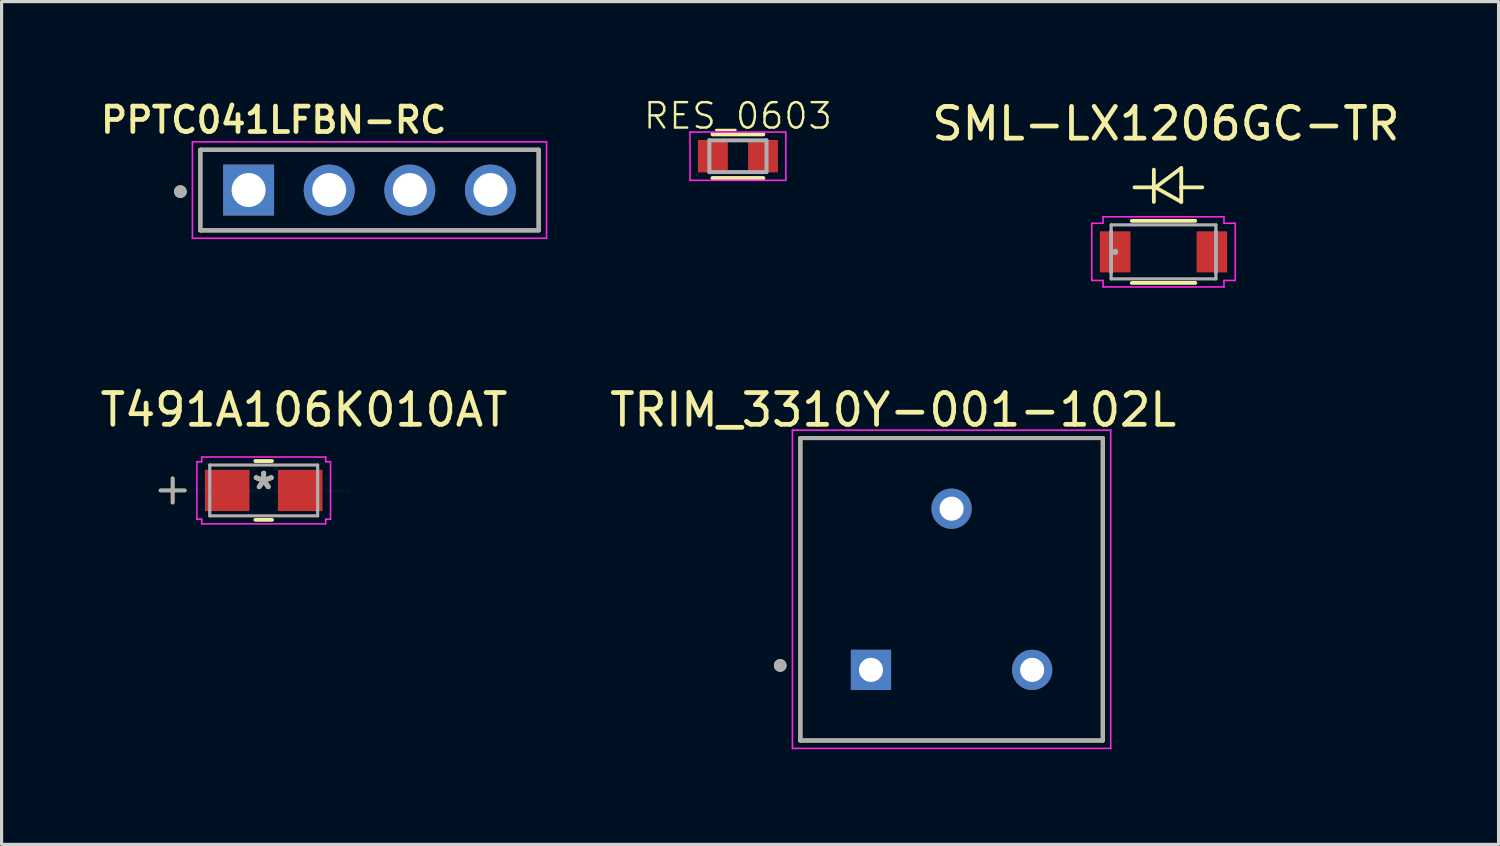
<source format=kicad_pcb>
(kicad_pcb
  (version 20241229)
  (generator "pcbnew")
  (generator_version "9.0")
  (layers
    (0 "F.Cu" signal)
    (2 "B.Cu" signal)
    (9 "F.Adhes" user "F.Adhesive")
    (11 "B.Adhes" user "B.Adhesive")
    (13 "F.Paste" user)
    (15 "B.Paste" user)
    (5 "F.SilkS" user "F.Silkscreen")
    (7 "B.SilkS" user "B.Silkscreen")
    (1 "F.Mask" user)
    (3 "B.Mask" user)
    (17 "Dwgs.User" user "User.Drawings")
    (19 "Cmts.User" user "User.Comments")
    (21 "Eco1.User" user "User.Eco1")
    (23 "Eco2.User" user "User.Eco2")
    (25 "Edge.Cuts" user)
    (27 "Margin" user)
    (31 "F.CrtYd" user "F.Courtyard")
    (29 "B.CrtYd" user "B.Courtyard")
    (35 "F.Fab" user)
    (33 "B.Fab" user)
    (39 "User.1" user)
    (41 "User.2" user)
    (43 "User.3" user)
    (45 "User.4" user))
  (footprint "PPTC041LFBN-RC"
    (layer "F.Cu")
    (at 8.594 2.939)
    (property "Reference" "PPTC041LFBN-RC" (at -3.02 -2.208 0) (layer "F.SilkS") (effects (font (size 0.8 0.8) (thickness 0.15))))
    (attr through_hole)
    (fp_line (start -5.33 -1.27) (end -5.33 1.27) (stroke (width 0.127) (type solid)) (layer "F.SilkS"))
    (fp_line (start -5.33 1.27) (end 5.33 1.27) (stroke (width 0.127) (type solid)) (layer "F.SilkS"))
    (fp_line (start 5.33 -1.27) (end -5.33 -1.27) (stroke (width 0.127) (type solid)) (layer "F.SilkS"))
    (fp_line (start 5.33 1.27) (end 5.33 -1.27) (stroke (width 0.127) (type solid)) (layer "F.SilkS"))
    (fp_circle (center -5.96 0.05) (end -5.86 0.05) (stroke (width 0.2) (type solid)) (fill no) (layer "F.SilkS"))
    (fp_line (start -5.58 -1.52) (end -5.58 1.52) (stroke (width 0.05) (type solid)) (layer "F.CrtYd"))
    (fp_line (start -5.58 1.52) (end 5.58 1.52) (stroke (width 0.05) (type solid)) (layer "F.CrtYd"))
    (fp_line (start 5.58 -1.52) (end -5.58 -1.52) (stroke (width 0.05) (type solid)) (layer "F.CrtYd"))
    (fp_line (start 5.58 1.52) (end 5.58 -1.52) (stroke (width 0.05) (type solid)) (layer "F.CrtYd"))
    (fp_line (start -5.33 -1.27) (end -5.33 1.27) (stroke (width 0.127) (type solid)) (layer "F.Fab"))
    (fp_line (start -5.33 1.27) (end 5.33 1.27) (stroke (width 0.127) (type solid)) (layer "F.Fab"))
    (fp_line (start 5.33 -1.27) (end -5.33 -1.27) (stroke (width 0.127) (type solid)) (layer "F.Fab"))
    (fp_line (start 5.33 1.27) (end 5.33 -1.27) (stroke (width 0.127) (type solid)) (layer "F.Fab"))
    (fp_circle (center -5.96 0.05) (end -5.86 0.05) (stroke (width 0.2) (type solid)) (fill no) (layer "F.Fab"))
    (pad "1" thru_hole rect (at -3.81 0) (size 1.605 1.605) (drill 1.07) (layers "*.Cu" "*.Mask"))
    (pad "2" thru_hole circle (at -1.27 0) (size 1.605 1.605) (drill 1.07) (layers "*.Cu" "*.Mask"))
    (pad "3" thru_hole circle (at 1.27 0) (size 1.605 1.605) (drill 1.07) (layers "*.Cu" "*.Mask"))
    (pad "4" thru_hole circle (at 3.81 0) (size 1.605 1.605) (drill 1.07) (layers "*.Cu" "*.Mask")))
  (footprint "RES_0603"
    (layer "F.Cu")
    (at 20.204 1.872)
    (property "Reference" "RES_0603" (at 0 -1.27 0) (layer "F.SilkS") (effects (font (size 0.8 0.8) (thickness 0.076))))
    (attr through_hole)
    (fp_line (start -0.8 -0.69) (end 0.8 -0.69) (stroke (width 0.127) (type solid)) (layer "F.SilkS"))
    (fp_line (start -0.8 0.69) (end 0.8 0.69) (stroke (width 0.127) (type solid)) (layer "F.SilkS"))
    (fp_line (start -1.51 -0.76) (end 1.51 -0.76) (stroke (width 0.05) (type solid)) (layer "F.CrtYd"))
    (fp_line (start -1.51 0.76) (end -1.51 -0.76) (stroke (width 0.05) (type solid)) (layer "F.CrtYd"))
    (fp_line (start 1.51 -0.76) (end 1.51 0.76) (stroke (width 0.05) (type solid)) (layer "F.CrtYd"))
    (fp_line (start 1.51 0.76) (end -1.51 0.76) (stroke (width 0.05) (type solid)) (layer "F.CrtYd"))
    (fp_line (start -0.9 -0.5) (end -0.9 0.5) (stroke (width 0.127) (type solid)) (layer "F.Fab"))
    (fp_line (start -0.9 -0.5) (end 0.9 -0.5) (stroke (width 0.127) (type solid)) (layer "F.Fab"))
    (fp_line (start -0.9 0.5) (end 0.9 0.5) (stroke (width 0.127) (type solid)) (layer "F.Fab"))
    (fp_line (start 0.9 -0.5) (end 0.9 0.5) (stroke (width 0.127) (type solid)) (layer "F.Fab"))
    (pad "1" smd rect (at -0.79 0) (size 0.94 1.02) (layers "F.Cu" "F.Mask" "F.Paste"))
    (pad "2" smd rect (at 0.79 0) (size 0.94 1.02) (layers "F.Cu" "F.Mask" "F.Paste")))
  (footprint "T491A106K010AT"
    (layer "F.Cu")
    (at 5.26 12.405)
    (property "Reference" "T491A106K010AT" (at 1.27 -2.54 0) (layer "F.SilkS") (effects (font (size 1 1) (thickness 0.15))))
    (attr through_hole)
    (fp_line (start -2.87 -0.381) (end -2.87 0.381) (stroke (width 0.12) (type solid)) (layer "F.SilkS"))
    (fp_line (start -2.489 0) (end -3.251 0) (stroke (width 0.12) (type solid)) (layer "F.SilkS"))
    (fp_line (start -0.263 0.927) (end 0.263 0.927) (stroke (width 0.12) (type solid)) (layer "F.SilkS"))
    (fp_line (start 0.263 -0.927) (end -0.263 -0.927) (stroke (width 0.12) (type solid)) (layer "F.SilkS"))
    (fp_line (start -2.106 -0.904) (end -1.954 -0.904) (stroke (width 0.05) (type solid)) (layer "F.CrtYd"))
    (fp_line (start -2.106 0.904) (end -2.106 -0.904) (stroke (width 0.05) (type solid)) (layer "F.CrtYd"))
    (fp_line (start -1.954 -1.054) (end 1.954 -1.054) (stroke (width 0.05) (type solid)) (layer "F.CrtYd"))
    (fp_line (start -1.954 -0.904) (end -1.954 -1.054) (stroke (width 0.05) (type solid)) (layer "F.CrtYd"))
    (fp_line (start -1.954 0.904) (end -2.106 0.904) (stroke (width 0.05) (type solid)) (layer "F.CrtYd"))
    (fp_line (start -1.954 1.054) (end -1.954 0.904) (stroke (width 0.05) (type solid)) (layer "F.CrtYd"))
    (fp_line (start 1.954 -1.054) (end 1.954 -0.904) (stroke (width 0.05) (type solid)) (layer "F.CrtYd"))
    (fp_line (start 1.954 -0.904) (end 2.106 -0.904) (stroke (width 0.05) (type solid)) (layer "F.CrtYd"))
    (fp_line (start 1.954 0.904) (end 1.954 1.054) (stroke (width 0.05) (type solid)) (layer "F.CrtYd"))
    (fp_line (start 1.954 1.054) (end -1.954 1.054) (stroke (width 0.05) (type solid)) (layer "F.CrtYd"))
    (fp_line (start 2.106 -0.904) (end 2.106 0.904) (stroke (width 0.05) (type solid)) (layer "F.CrtYd"))
    (fp_line (start 2.106 0.904) (end 1.954 0.904) (stroke (width 0.05) (type solid)) (layer "F.CrtYd"))
    (fp_line (start -2.87 -0.381) (end -2.87 0.381) (stroke (width 0.1) (type solid)) (layer "F.Fab"))
    (fp_line (start -2.489 0) (end -3.251 0) (stroke (width 0.1) (type solid)) (layer "F.Fab"))
    (fp_line (start -1.7 -0.8) (end -1.7 0.8) (stroke (width 0.1) (type solid)) (layer "F.Fab"))
    (fp_line (start -1.7 0.8) (end 1.7 0.8) (stroke (width 0.1) (type solid)) (layer "F.Fab"))
    (fp_line (start 1.7 -0.8) (end -1.7 -0.8) (stroke (width 0.1) (type solid)) (layer "F.Fab"))
    (fp_line (start 1.7 0.8) (end 1.7 -0.8) (stroke (width 0.1) (type solid)) (layer "F.Fab"))
    (fp_text user "*" (at 0 0 0) (layer "F.SilkS") (effects (font (size 1 1) (thickness 0.15))))
    (fp_text user "Copyright 2021 Accelerated Designs. All rights reserved." (at 0 0 0) (layer "Cmts.User") (effects (font (size 0.127 0.127) (thickness 0.002))))
    (fp_text user "*" (at 0 0 0) (layer "F.Fab") (effects (font (size 1 1) (thickness 0.15))))
    (pad "1" smd rect (at -1.15 0 90) (size 1.3 1.405) (layers "F.Cu" "F.Mask" "F.Paste"))
    (pad "2" smd rect (at 1.15 0 90) (size 1.3 1.405) (layers "F.Cu" "F.Mask" "F.Paste")))
  (footprint "TRIM_3310Y-001-102L"
    (layer "F.Cu")
    (at 26.937 15.52)
    (property "Reference" "TRIM_3310Y-001-102L" (at -1.841 -5.654 0) (layer "F.SilkS") (effects (font (size 1.001 1.001) (thickness 0.15))))
    (attr through_hole)
    (fp_line (start -4.765 -4.765) (end -4.765 4.765) (stroke (width 0.127) (type solid)) (layer "F.SilkS"))
    (fp_line (start -4.765 4.765) (end 4.765 4.765) (stroke (width 0.127) (type solid)) (layer "F.SilkS"))
    (fp_line (start 4.765 -4.765) (end -4.765 -4.765) (stroke (width 0.127) (type solid)) (layer "F.SilkS"))
    (fp_line (start 4.765 4.765) (end 4.765 -4.765) (stroke (width 0.127) (type solid)) (layer "F.SilkS"))
    (fp_circle (center -5.4 2.4) (end -5.3 2.4) (stroke (width 0.2) (type solid)) (fill no) (layer "F.SilkS"))
    (fp_line (start -5.015 -5.015) (end 5.015 -5.015) (stroke (width 0.05) (type solid)) (layer "F.CrtYd"))
    (fp_line (start -5.015 5.015) (end -5.015 -5.015) (stroke (width 0.05) (type solid)) (layer "F.CrtYd"))
    (fp_line (start 5.015 -5.015) (end 5.015 5.015) (stroke (width 0.05) (type solid)) (layer "F.CrtYd"))
    (fp_line (start 5.015 5.015) (end -5.015 5.015) (stroke (width 0.05) (type solid)) (layer "F.CrtYd"))
    (fp_line (start -4.765 -4.765) (end 4.765 -4.765) (stroke (width 0.127) (type solid)) (layer "F.Fab"))
    (fp_line (start -4.765 4.765) (end -4.765 -4.765) (stroke (width 0.127) (type solid)) (layer "F.Fab"))
    (fp_line (start 4.765 -4.765) (end 4.765 4.765) (stroke (width 0.127) (type solid)) (layer "F.Fab"))
    (fp_line (start 4.765 4.765) (end -4.765 4.765) (stroke (width 0.127) (type solid)) (layer "F.Fab"))
    (fp_circle (center -5.4 2.4) (end -5.3 2.4) (stroke (width 0.2) (type solid)) (fill no) (layer "F.Fab"))
    (pad "1" thru_hole rect (at -2.54 2.54) (size 1.268 1.268) (drill 0.76) (layers "*.Cu" "*.Mask"))
    (pad "2" thru_hole circle (at 0 -2.54) (size 1.268 1.268) (drill 0.76) (layers "*.Cu" "*.Mask"))
    (pad "3" thru_hole circle (at 2.54 2.54) (size 1.268 1.268) (drill 0.76) (layers "*.Cu" "*.Mask")))
  (footprint "SML-LX1206GC-TR"
    (layer "F.Cu")
    (at 33.616 4.887)
    (property "Reference" "SML-LX1206GC-TR" (at 0.076 -4.039 0) (layer "F.SilkS") (effects (font (size 1 1) (thickness 0.15))))
    (attr through_hole)
    (fp_line (start -1 0.978) (end 1 0.978) (stroke (width 0.12) (type solid)) (layer "F.SilkS"))
    (fp_line (start -0.305 -2.591) (end -0.305 -1.575) (stroke (width 0.12) (type solid)) (layer "F.SilkS"))
    (fp_line (start -0.254 -2.032) (end -0.914 -2.032) (stroke (width 0.12) (type solid)) (layer "F.SilkS"))
    (fp_line (start 0.559 -2.642) (end -0.254 -2.032) (stroke (width 0.12) (type solid)) (layer "F.SilkS"))
    (fp_line (start 0.559 -2.032) (end 0.559 -2.642) (stroke (width 0.12) (type solid)) (layer "F.SilkS"))
    (fp_line (start 0.559 -2.032) (end 0.559 -1.575) (stroke (width 0.12) (type solid)) (layer "F.SilkS"))
    (fp_line (start 0.559 -1.575) (end -0.254 -2.032) (stroke (width 0.12) (type solid)) (layer "F.SilkS"))
    (fp_line (start 1 -0.978) (end -1 -0.978) (stroke (width 0.12) (type solid)) (layer "F.SilkS"))
    (fp_line (start 1.219 -2.032) (end 0.559 -2.032) (stroke (width 0.12) (type solid)) (layer "F.SilkS"))
    (fp_line (start -2.261 -0.902) (end -1.905 -0.902) (stroke (width 0.05) (type solid)) (layer "F.CrtYd"))
    (fp_line (start -2.261 0.902) (end -2.261 -0.902) (stroke (width 0.05) (type solid)) (layer "F.CrtYd"))
    (fp_line (start -1.905 -1.105) (end 1.905 -1.105) (stroke (width 0.05) (type solid)) (layer "F.CrtYd"))
    (fp_line (start -1.905 -0.902) (end -1.905 -1.105) (stroke (width 0.05) (type solid)) (layer "F.CrtYd"))
    (fp_line (start -1.905 0.902) (end -2.261 0.902) (stroke (width 0.05) (type solid)) (layer "F.CrtYd"))
    (fp_line (start -1.905 1.105) (end -1.905 0.902) (stroke (width 0.05) (type solid)) (layer "F.CrtYd"))
    (fp_line (start 1.905 -1.105) (end 1.905 -0.902) (stroke (width 0.05) (type solid)) (layer "F.CrtYd"))
    (fp_line (start 1.905 -0.902) (end 2.261 -0.902) (stroke (width 0.05) (type solid)) (layer "F.CrtYd"))
    (fp_line (start 1.905 0.902) (end 1.905 1.105) (stroke (width 0.05) (type solid)) (layer "F.CrtYd"))
    (fp_line (start 1.905 1.105) (end -1.905 1.105) (stroke (width 0.05) (type solid)) (layer "F.CrtYd"))
    (fp_line (start 2.261 -0.902) (end 2.261 0.902) (stroke (width 0.05) (type solid)) (layer "F.CrtYd"))
    (fp_line (start 2.261 0.902) (end 1.905 0.902) (stroke (width 0.05) (type solid)) (layer "F.CrtYd"))
    (fp_line (start -1.651 -0.851) (end -1.651 0.851) (stroke (width 0.1) (type solid)) (layer "F.Fab"))
    (fp_line (start -1.651 -0.648) (end -1.651 -0.648) (stroke (width 0.1) (type solid)) (layer "F.Fab"))
    (fp_line (start -1.651 -0.648) (end -1.651 0.648) (stroke (width 0.1) (type solid)) (layer "F.Fab"))
    (fp_line (start -1.651 0.648) (end -1.651 -0.648) (stroke (width 0.1) (type solid)) (layer "F.Fab"))
    (fp_line (start -1.651 0.648) (end -1.651 0.648) (stroke (width 0.1) (type solid)) (layer "F.Fab"))
    (fp_line (start -1.651 0.851) (end 1.651 0.851) (stroke (width 0.1) (type solid)) (layer "F.Fab"))
    (fp_line (start 1.651 -0.851) (end -1.651 -0.851) (stroke (width 0.1) (type solid)) (layer "F.Fab"))
    (fp_line (start 1.651 -0.648) (end 1.651 -0.648) (stroke (width 0.1) (type solid)) (layer "F.Fab"))
    (fp_line (start 1.651 -0.648) (end 1.651 0.648) (stroke (width 0.1) (type solid)) (layer "F.Fab"))
    (fp_line (start 1.651 0.648) (end 1.651 -0.648) (stroke (width 0.1) (type solid)) (layer "F.Fab"))
    (fp_line (start 1.651 0.648) (end 1.651 0.648) (stroke (width 0.1) (type solid)) (layer "F.Fab"))
    (fp_line (start 1.651 0.851) (end 1.651 -0.851) (stroke (width 0.1) (type solid)) (layer "F.Fab"))
    (fp_circle (center -1.524 0) (end -1.524 0) (stroke (width 0.1) (type solid)) (fill no) (layer "F.Fab"))
    (pad "1" smd rect (at -1.524 0) (size 0.965 1.295) (layers "F.Cu" "F.Mask" "F.Paste"))
    (pad "2" smd rect (at 1.524 0) (size 0.965 1.295) (layers "F.Cu" "F.Mask" "F.Paste")))
  (gr_rect
    (start -3 -3)
    (end 44.174 23.56)
    (stroke (width 0.1) (type default))
    (fill no)
    (layer "Edge.Cuts")))
</source>
